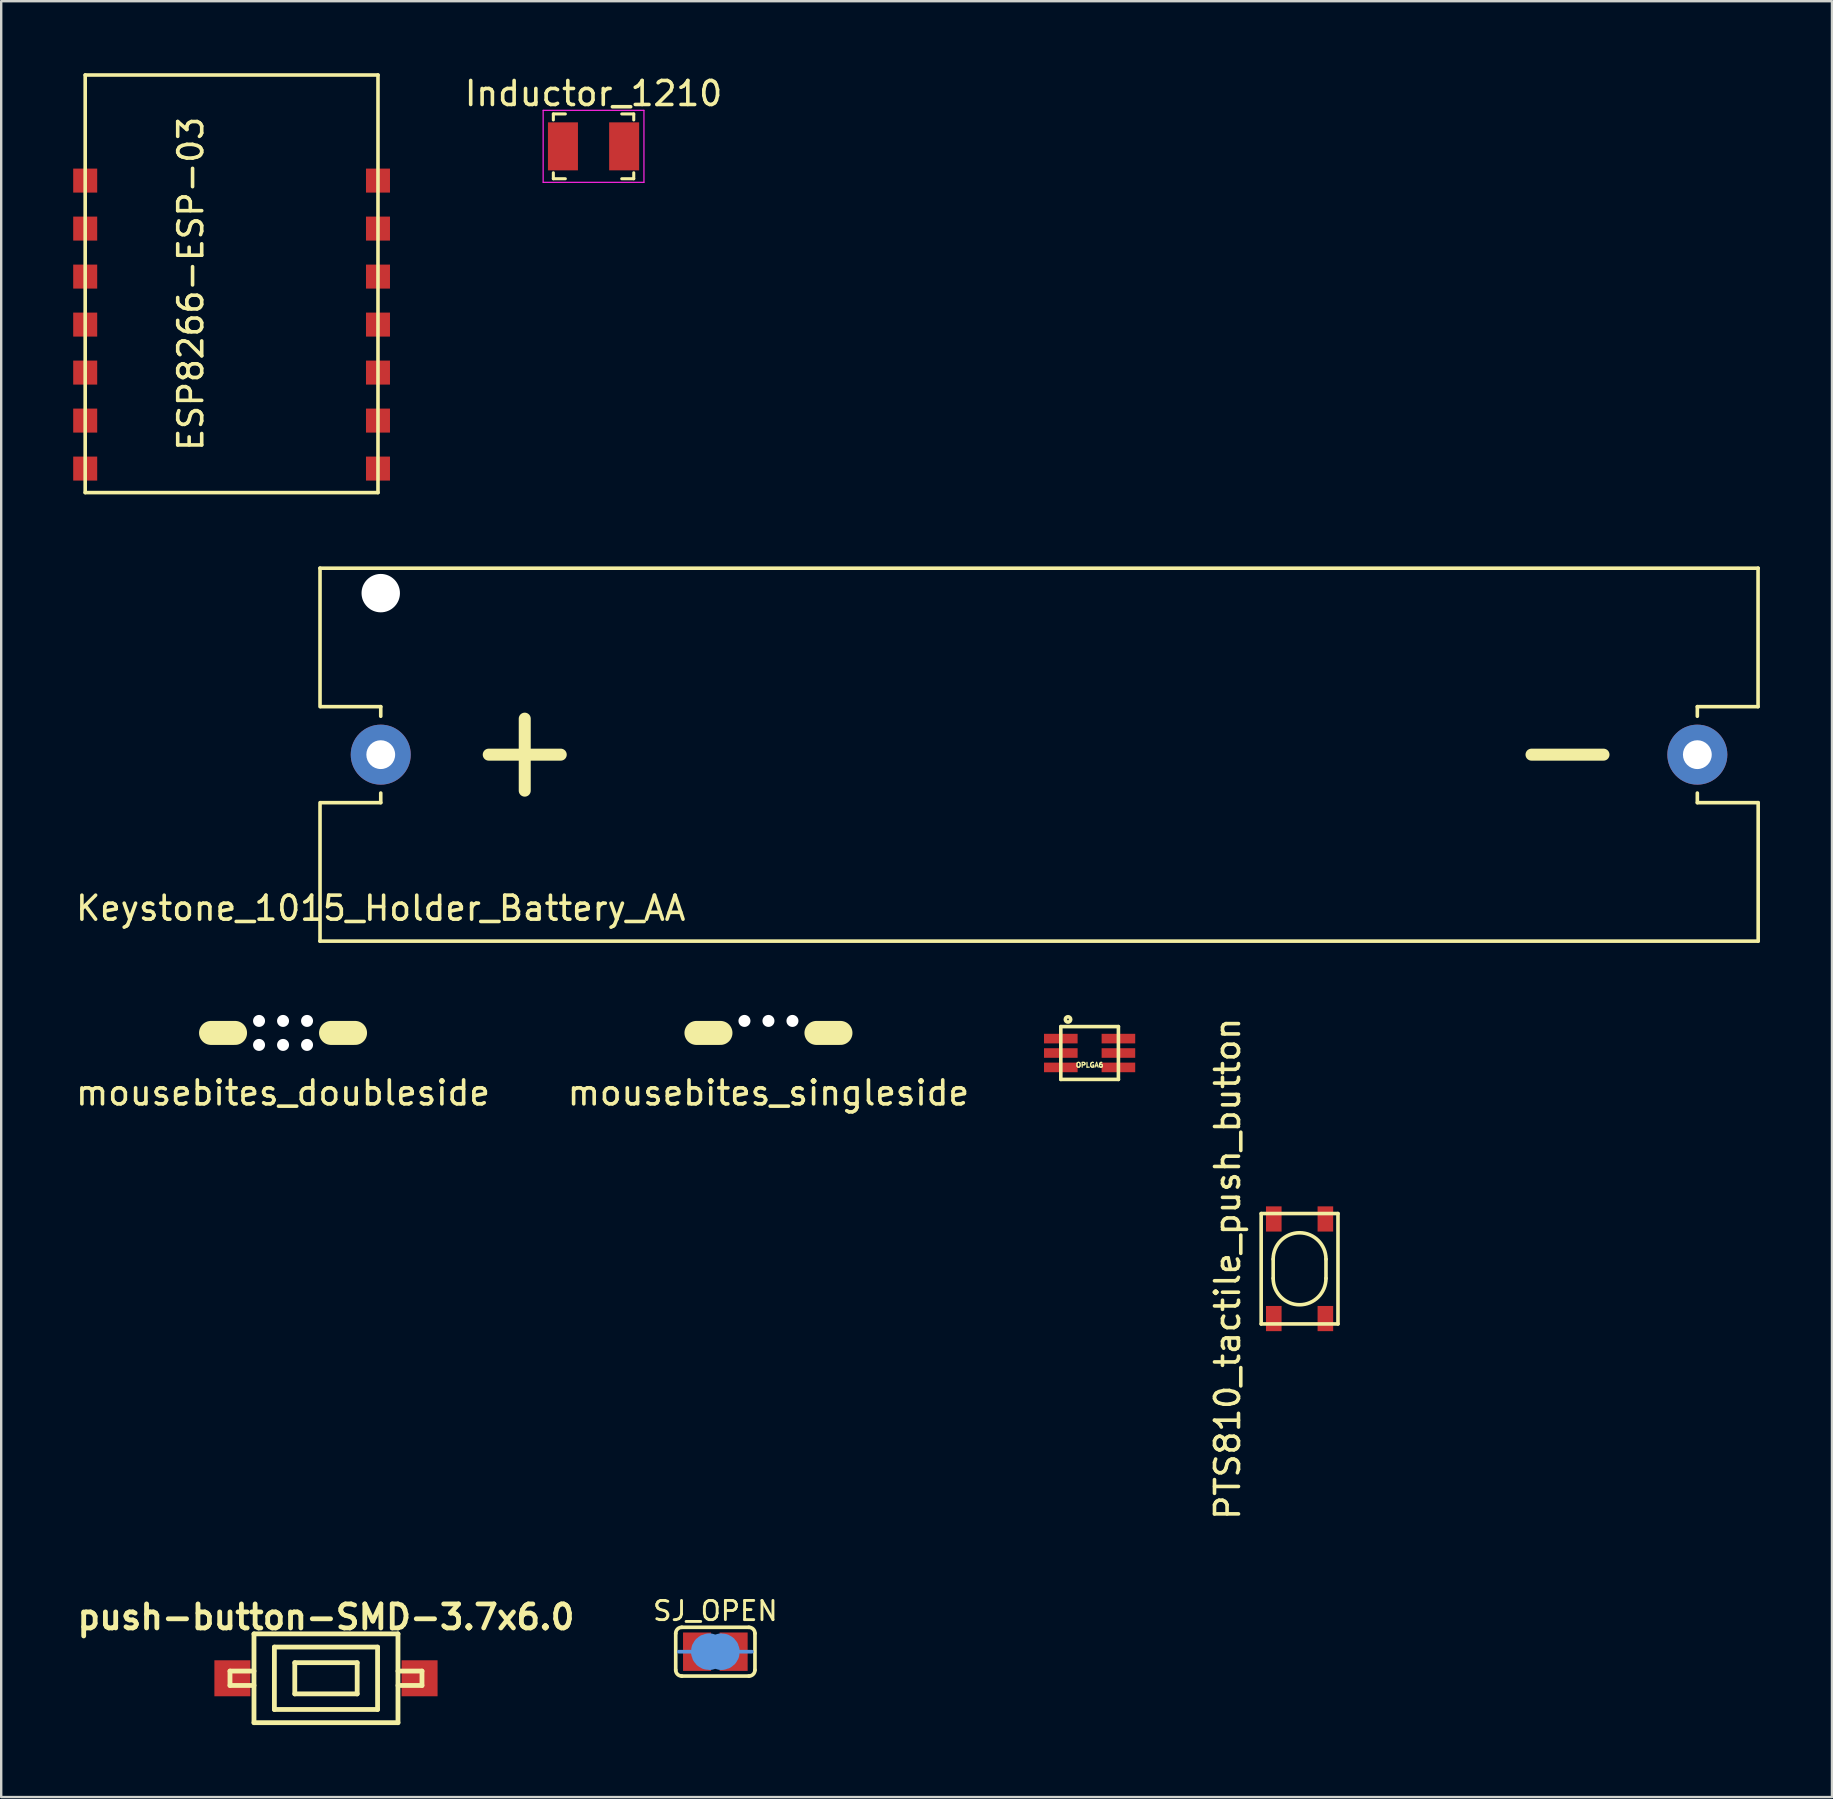
<source format=kicad_pcb>
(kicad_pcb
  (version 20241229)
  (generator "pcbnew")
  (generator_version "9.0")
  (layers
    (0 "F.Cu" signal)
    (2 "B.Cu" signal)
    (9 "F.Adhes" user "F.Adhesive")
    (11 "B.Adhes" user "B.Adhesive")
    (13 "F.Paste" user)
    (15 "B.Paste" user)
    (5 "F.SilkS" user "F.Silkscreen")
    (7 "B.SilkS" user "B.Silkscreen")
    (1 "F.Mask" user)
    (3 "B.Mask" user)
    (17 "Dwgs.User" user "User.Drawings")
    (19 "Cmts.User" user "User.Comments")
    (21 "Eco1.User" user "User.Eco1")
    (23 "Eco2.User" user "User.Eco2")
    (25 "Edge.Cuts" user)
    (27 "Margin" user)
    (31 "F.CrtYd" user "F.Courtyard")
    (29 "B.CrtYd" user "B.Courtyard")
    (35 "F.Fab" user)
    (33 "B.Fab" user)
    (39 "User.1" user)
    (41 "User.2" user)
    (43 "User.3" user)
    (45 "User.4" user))
  (footprint "push-button-SMD-3.7x6.0"
    (layer "F.Cu")
    (at 10.533 66.881)
    (property "Reference" "push-button-SMD-3.7x6.0" (at 0 -2.55 0) (layer "F.SilkS") (effects (font (size 1 1) (thickness 0.2))))
    (attr through_hole)
    (fp_line (start -4 -0.3) (end -4 0.3) (stroke (width 0.2) (type solid)) (layer "F.SilkS"))
    (fp_line (start -4 0.3) (end -3 0.3) (stroke (width 0.2) (type solid)) (layer "F.SilkS"))
    (fp_line (start -3 -1.85) (end 3 -1.85) (stroke (width 0.2) (type solid)) (layer "F.SilkS"))
    (fp_line (start -3 -0.3) (end -4 -0.3) (stroke (width 0.2) (type solid)) (layer "F.SilkS"))
    (fp_line (start -3 1.85) (end -3 -1.85) (stroke (width 0.2) (type solid)) (layer "F.SilkS"))
    (fp_line (start -2.15 -1.3) (end 2.15 -1.3) (stroke (width 0.2) (type solid)) (layer "F.SilkS"))
    (fp_line (start -2.15 1.3) (end -2.15 -1.3) (stroke (width 0.2) (type solid)) (layer "F.SilkS"))
    (fp_line (start -1.3 -0.65) (end 1.3 -0.65) (stroke (width 0.2) (type solid)) (layer "F.SilkS"))
    (fp_line (start -1.3 0.65) (end -1.3 -0.65) (stroke (width 0.2) (type solid)) (layer "F.SilkS"))
    (fp_line (start 1.3 -0.65) (end 1.3 0.65) (stroke (width 0.2) (type solid)) (layer "F.SilkS"))
    (fp_line (start 1.3 0.65) (end -1.3 0.65) (stroke (width 0.2) (type solid)) (layer "F.SilkS"))
    (fp_line (start 2.15 -1.3) (end 2.15 1.3) (stroke (width 0.2) (type solid)) (layer "F.SilkS"))
    (fp_line (start 2.15 1.3) (end -2.15 1.3) (stroke (width 0.2) (type solid)) (layer "F.SilkS"))
    (fp_line (start 3 -1.85) (end 3 1.85) (stroke (width 0.2) (type solid)) (layer "F.SilkS"))
    (fp_line (start 3 -0.3) (end 4 -0.3) (stroke (width 0.2) (type solid)) (layer "F.SilkS"))
    (fp_line (start 3 1.85) (end -3 1.85) (stroke (width 0.2) (type solid)) (layer "F.SilkS"))
    (fp_line (start 4 -0.3) (end 4 0.3) (stroke (width 0.2) (type solid)) (layer "F.SilkS"))
    (fp_line (start 4 0.3) (end 3 0.3) (stroke (width 0.2) (type solid)) (layer "F.SilkS"))
    (pad "1" smd rect (at -3.9 0) (size 1.5 1.5) (layers "F.Cu" "F.Mask" "F.Paste"))
    (pad "2" smd rect (at 3.9 0) (size 1.5 1.5) (layers "F.Cu" "F.Mask" "F.Paste")))
  (footprint "Inductor_1210"
    (layer "F.Cu")
    (at 21.682 3.048)
    (property "Reference" "Inductor_1210" (at 0 -2.2 180) (layer "F.SilkS") (effects (font (size 1 1) (thickness 0.15))))
    (attr smd)
    (fp_line (start -1.675 -1.35) (end -1.675 -1.1) (stroke (width 0.127) (type solid)) (layer "F.SilkS"))
    (fp_line (start -1.675 -1.35) (end -1.175 -1.35) (stroke (width 0.127) (type solid)) (layer "F.SilkS"))
    (fp_line (start -1.675 1.35) (end -1.675 1.1) (stroke (width 0.127) (type solid)) (layer "F.SilkS"))
    (fp_line (start -1.675 1.35) (end -1.175 1.35) (stroke (width 0.127) (type solid)) (layer "F.SilkS"))
    (fp_line (start 1.175 -1.35) (end 1.675 -1.35) (stroke (width 0.127) (type solid)) (layer "F.SilkS"))
    (fp_line (start 1.175 1.35) (end 1.675 1.35) (stroke (width 0.127) (type solid)) (layer "F.SilkS"))
    (fp_line (start 1.675 -1.35) (end 1.675 -1.1) (stroke (width 0.127) (type solid)) (layer "F.SilkS"))
    (fp_line (start 1.675 1.35) (end 1.675 1.1) (stroke (width 0.127) (type solid)) (layer "F.SilkS"))
    (fp_line (start -2.1 -1.5) (end 2.1 -1.5) (stroke (width 0.05) (type solid)) (layer "F.CrtYd"))
    (fp_line (start -2.1 1.5) (end -2.1 -1.5) (stroke (width 0.05) (type solid)) (layer "F.CrtYd"))
    (fp_line (start 2.1 -1.5) (end 2.1 1.5) (stroke (width 0.05) (type solid)) (layer "F.CrtYd"))
    (fp_line (start 2.1 1.5) (end -2.1 1.5) (stroke (width 0.05) (type solid)) (layer "F.CrtYd"))
    (pad "1" smd rect (at -1.275 0) (size 1.25 2) (layers "F.Cu" "F.Mask" "F.Paste"))
    (pad "2" smd rect (at 1.275 0) (size 1.25 2) (layers "F.Cu" "F.Mask" "F.Paste")))
  (footprint "Keystone_1015_Holder_Battery_AA"
    (layer "F.Cu")
    (at 12.815 28.395)
    (property "Reference" "Keystone_1015_Holder_Battery_AA" (at 0 6.4 0) (layer "F.SilkS") (effects (font (size 1 1) (thickness 0.15))))
    (attr through_hole)
    (fp_line (start -2.535 -7.77) (end 57.395 -7.77) (stroke (width 0.15) (type solid)) (layer "F.SilkS"))
    (fp_line (start -2.535 7.77) (end 57.395 7.77) (stroke (width 0.15) (type solid)) (layer "F.SilkS"))
    (fp_line (start -2.53 -7.77) (end -2.53 -2) (stroke (width 0.15) (type solid)) (layer "F.SilkS"))
    (fp_line (start -2.53 2) (end -2.53 7.77) (stroke (width 0.15) (type solid)) (layer "F.SilkS"))
    (fp_line (start 0 -2) (end -2.5 -2) (stroke (width 0.15) (type solid)) (layer "F.SilkS"))
    (fp_line (start 0 -1.6) (end 0 -2) (stroke (width 0.15) (type solid)) (layer "F.SilkS"))
    (fp_line (start 0 1.6) (end 0 2) (stroke (width 0.15) (type solid)) (layer "F.SilkS"))
    (fp_line (start 0 2) (end -2.5 2) (stroke (width 0.15) (type solid)) (layer "F.SilkS"))
    (fp_line (start 4.5 0) (end 7.5 0) (stroke (width 0.5) (type solid)) (layer "F.SilkS"))
    (fp_line (start 6 1.5) (end 6 -1.5) (stroke (width 0.5) (type solid)) (layer "F.SilkS"))
    (fp_line (start 47.95 0) (end 50.95 0) (stroke (width 0.5) (type solid)) (layer "F.SilkS"))
    (fp_line (start 54.86 -2) (end 57.39 -2) (stroke (width 0.15) (type solid)) (layer "F.SilkS"))
    (fp_line (start 54.86 -1.6) (end 54.86 -2) (stroke (width 0.15) (type solid)) (layer "F.SilkS"))
    (fp_line (start 54.86 1.6) (end 54.86 2) (stroke (width 0.15) (type solid)) (layer "F.SilkS"))
    (fp_line (start 54.86 2) (end 57.39 2) (stroke (width 0.15) (type solid)) (layer "F.SilkS"))
    (fp_line (start 57.39 -7.77) (end 57.39 -2) (stroke (width 0.15) (type solid)) (layer "F.SilkS"))
    (fp_line (start 57.395 2) (end 57.395 7.77) (stroke (width 0.15) (type solid)) (layer "F.SilkS"))
    (pad "" np_thru_hole circle (at 0 -6.73) (size 1.6 1.6) (drill 1.6) (layers "*.Cu" "*.Mask"))
    (pad "1" thru_hole circle (at 0 0) (size 2.5 2.5) (drill 1.2) (layers "*.Cu" "*.Mask"))
    (pad "2" thru_hole circle (at 54.86 0) (size 2.5 2.5) (drill 1.2) (layers "*.Cu" "*.Mask")))
  (footprint "SJ_OPEN"
    (layer "F.Cu")
    (at 26.757 65.773)
    (property "Reference" "SJ_OPEN" (at 0 -1.7 0) (layer "F.SilkS") (effects (font (size 0.8 0.8) (thickness 0.12))))
    (attr through_hole)
    (fp_line (start -1.651 0.762) (end -1.651 -0.762) (stroke (width 0.152) (type solid)) (layer "F.SilkS"))
    (fp_line (start -1.397 -1.016) (end 1.397 -1.016) (stroke (width 0.152) (type solid)) (layer "F.SilkS"))
    (fp_line (start 1.397 1.016) (end -1.397 1.016) (stroke (width 0.152) (type solid)) (layer "F.SilkS"))
    (fp_line (start 1.651 0.762) (end 1.651 -0.762) (stroke (width 0.152) (type solid)) (layer "F.SilkS"))
    (fp_arc (start -1.651 -0.762) (mid -1.576605 -0.941605) (end -1.397 -1.016) (stroke (width 0.1524) (type solid)) (layer "F.SilkS"))
    (fp_arc (start -1.397 1.016) (mid -1.576605 0.941605) (end -1.651 0.762) (stroke (width 0.1524) (type solid)) (layer "F.SilkS"))
    (fp_arc (start 1.397 -1.016) (mid 1.576605 -0.941605) (end 1.651 -0.762) (stroke (width 0.1524) (type solid)) (layer "F.SilkS"))
    (fp_arc (start 1.651 0.762) (mid 1.576605 0.941605) (end 1.397 1.016) (stroke (width 0.1524) (type solid)) (layer "F.SilkS"))
    (fp_line (start -1.016 0) (end -1.524 0) (stroke (width 0.152) (type solid)) (layer "Cmts.User"))
    (fp_line (start 1.016 0) (end 1.524 0) (stroke (width 0.152) (type solid)) (layer "Cmts.User"))
    (fp_arc (start -0.254 0.127) (mid -0.381 0) (end -0.254 -0.127) (stroke (width 1.27) (type solid)) (layer "Cmts.User"))
    (fp_arc (start 0.254 -0.127) (mid 0.381 0) (end 0.254 0.127) (stroke (width 1.27) (type solid)) (layer "Cmts.User"))
    (pad "1" smd rect (at -0.762 0) (size 1.168 1.6) (layers "F.Cu" "F.Mask"))
    (pad "2" smd rect (at 0.762 0) (size 1.168 1.6) (layers "F.Cu" "F.Mask")))
  (footprint "OPLGA6"
    (layer "F.Cu")
    (at 42.352 40.827)
    (property "Reference" "OPLGA6" (at 0 0.5 0) (layer "F.SilkS") (effects (font (size 0.2 0.2) (thickness 0.05))))
    (attr through_hole)
    (fp_line (start -1.2 -1.1) (end 1.2 -1.1) (stroke (width 0.15) (type solid)) (layer "F.SilkS"))
    (fp_line (start -1.2 1.1) (end -1.2 -1.1) (stroke (width 0.15) (type solid)) (layer "F.SilkS"))
    (fp_line (start 1.2 -1.1) (end 1.2 1.1) (stroke (width 0.15) (type solid)) (layer "F.SilkS"))
    (fp_line (start 1.2 1.1) (end -1.2 1.1) (stroke (width 0.15) (type solid)) (layer "F.SilkS"))
    (fp_circle (center -0.9 -1.4) (end -0.85 -1.3) (stroke (width 0.15) (type solid)) (fill no) (layer "F.SilkS"))
    (pad "1" smd rect (at -1.2 -0.6) (size 1.4 0.4) (layers "F.Cu" "F.Mask" "F.Paste"))
    (pad "2" smd rect (at -1.2 0) (size 1.4 0.4) (layers "F.Cu" "F.Mask" "F.Paste"))
    (pad "3" smd rect (at -1.2 0.6) (size 1.4 0.4) (layers "F.Cu" "F.Mask" "F.Paste"))
    (pad "4" smd rect (at 1.2 0.6) (size 1.4 0.4) (layers "F.Cu" "F.Mask" "F.Paste"))
    (pad "5" smd rect (at 1.2 0) (size 1.4 0.4) (layers "F.Cu" "F.Mask" "F.Paste"))
    (pad "6" smd rect (at 1.2 -0.6) (size 1.4 0.4) (layers "F.Cu" "F.Mask" "F.Paste")))
  (footprint "PTS810_tactile_push_button"
    (layer "F.Cu")
    (at 51.101 49.817)
    (property "Reference" "PTS810_tactile_push_button" (at -3 0 90) (layer "F.SilkS") (effects (font (size 1 1) (thickness 0.15))))
    (attr smd)
    (fp_line (start -1.6 -2.3) (end 1.6 -2.3) (stroke (width 0.15) (type solid)) (layer "F.SilkS"))
    (fp_line (start -1.6 2.3) (end -1.6 -2.3) (stroke (width 0.15) (type solid)) (layer "F.SilkS"))
    (fp_line (start -1.1 0.4) (end -1.1 -0.4) (stroke (width 0.15) (type solid)) (layer "F.SilkS"))
    (fp_line (start 1.1 -0.4) (end 1.1 0.4) (stroke (width 0.15) (type solid)) (layer "F.SilkS"))
    (fp_line (start 1.6 -2.3) (end 1.6 2.3) (stroke (width 0.15) (type solid)) (layer "F.SilkS"))
    (fp_line (start 1.6 2.3) (end -1.6 2.3) (stroke (width 0.15) (type solid)) (layer "F.SilkS"))
    (fp_arc (start -1.1 -0.4) (mid 0 -1.5) (end 1.1 -0.4) (stroke (width 0.15) (type solid)) (layer "F.SilkS"))
    (fp_arc (start 1.1 0.4) (mid 0 1.5) (end -1.1 0.4) (stroke (width 0.15) (type solid)) (layer "F.SilkS"))
    (pad "1" smd rect (at -1.075 -2.075 90) (size 1.05 0.65) (layers "F.Cu" "F.Mask" "F.Paste"))
    (pad "1" smd rect (at -1.075 2.075 90) (size 1.05 0.65) (layers "F.Cu" "F.Mask" "F.Paste"))
    (pad "2" smd rect (at 1.075 -2.075 90) (size 1.05 0.65) (layers "F.Cu" "F.Mask" "F.Paste"))
    (pad "2" smd rect (at 1.075 2.075 90) (size 1.05 0.65) (layers "F.Cu" "F.Mask" "F.Paste")))
  (footprint "mousebites_singleside"
    (layer "F.Cu")
    (at 28.97 39.99)
    (property "Reference" "mousebites_singleside" (at 0 2.5 0) (layer "F.SilkS") (effects (font (size 1 1) (thickness 0.15))))
    (attr through_hole)
    (fp_line (start -3 0) (end -2 0) (stroke (width 1) (type solid)) (layer "F.SilkS"))
    (fp_line (start 3 0) (end 2 0) (stroke (width 1) (type solid)) (layer "F.SilkS"))
    (pad "" np_thru_hole circle (at -1 -0.5) (size 0.5 0.5) (drill 0.5) (layers "*.Cu"))
    (pad "" np_thru_hole circle (at 0 -0.5) (size 0.5 0.5) (drill 0.5) (layers "*.Cu"))
    (pad "" np_thru_hole circle (at 1 -0.5) (size 0.5 0.5) (drill 0.5) (layers "*.Cu")))
  (footprint "ESP8266-ESP-03"
    (layer "F.Cu")
    (at 6.6 10.575)
    (property "Reference" "ESP8266-ESP-03" (at -1.7 -1.8 90) (layer "F.SilkS") (effects (font (size 1 1) (thickness 0.15))))
    (attr through_hole)
    (fp_line (start -6.1 -10.5) (end 6.1 -10.5) (stroke (width 0.15) (type solid)) (layer "F.SilkS"))
    (fp_line (start -6.1 6.9) (end -6.1 -10.5) (stroke (width 0.15) (type solid)) (layer "F.SilkS"))
    (fp_line (start 6.1 -10.5) (end 6.1 6.9) (stroke (width 0.15) (type solid)) (layer "F.SilkS"))
    (fp_line (start 6.1 6.9) (end -6.1 6.9) (stroke (width 0.15) (type solid)) (layer "F.SilkS"))
    (pad "1" smd rect (at 6.1 5.9) (size 1 1) (layers "F.Cu" "F.Mask" "F.Paste"))
    (pad "2" smd rect (at 6.1 3.9) (size 1 1) (layers "F.Cu" "F.Mask" "F.Paste"))
    (pad "3" smd rect (at 6.1 1.9) (size 1 1) (layers "F.Cu" "F.Mask" "F.Paste"))
    (pad "4" smd rect (at 6.1 -0.1) (size 1 1) (layers "F.Cu" "F.Mask" "F.Paste"))
    (pad "5" smd rect (at 6.1 -2.1) (size 1 1) (layers "F.Cu" "F.Mask" "F.Paste"))
    (pad "6" smd rect (at 6.1 -4.1) (size 1 1) (layers "F.Cu" "F.Mask" "F.Paste"))
    (pad "7" smd rect (at 6.1 -6.1) (size 1 1) (layers "F.Cu" "F.Mask" "F.Paste"))
    (pad "8" smd rect (at -6.1 -6.1) (size 1 1) (layers "F.Cu" "F.Mask" "F.Paste"))
    (pad "9" smd rect (at -6.1 -4.1) (size 1 1) (layers "F.Cu" "F.Mask" "F.Paste"))
    (pad "10" smd rect (at -6.1 -2.1) (size 1 1) (layers "F.Cu" "F.Mask" "F.Paste"))
    (pad "11" smd rect (at -6.1 -0.1) (size 1 1) (layers "F.Cu" "F.Mask" "F.Paste"))
    (pad "12" smd rect (at -6.1 1.9) (size 1 1) (layers "F.Cu" "F.Mask" "F.Paste"))
    (pad "13" smd rect (at -6.1 3.9) (size 1 1) (layers "F.Cu" "F.Mask" "F.Paste"))
    (pad "14" smd rect (at -6.1 5.9) (size 1 1) (layers "F.Cu" "F.Mask" "F.Paste")))
  (footprint "mousebites_doubleside"
    (layer "F.Cu")
    (at 8.744 39.99)
    (property "Reference" "mousebites_doubleside" (at 0 2.5 0) (layer "F.SilkS") (effects (font (size 1 1) (thickness 0.15))))
    (attr through_hole)
    (fp_line (start -3 0) (end -2 0) (stroke (width 1) (type solid)) (layer "F.SilkS"))
    (fp_line (start 3 0) (end 2 0) (stroke (width 1) (type solid)) (layer "F.SilkS"))
    (pad "" np_thru_hole circle (at -1 -0.5) (size 0.5 0.5) (drill 0.5) (layers "*.Cu"))
    (pad "" np_thru_hole circle (at -1 0.5) (size 0.5 0.5) (drill 0.5) (layers "*.Cu"))
    (pad "" np_thru_hole circle (at 0 -0.5) (size 0.5 0.5) (drill 0.5) (layers "*.Cu"))
    (pad "" np_thru_hole circle (at 0 0.5) (size 0.5 0.5) (drill 0.5) (layers "*.Cu"))
    (pad "" np_thru_hole circle (at 1 -0.5) (size 0.5 0.5) (drill 0.5) (layers "*.Cu"))
    (pad "" np_thru_hole circle (at 1 0.5) (size 0.5 0.5) (drill 0.5) (layers "*.Cu")))
  (gr_rect
    (start -3 -3)
    (end 73.285 71.831)
    (stroke (width 0.1) (type default))
    (fill no)
    (layer "Edge.Cuts")))
</source>
